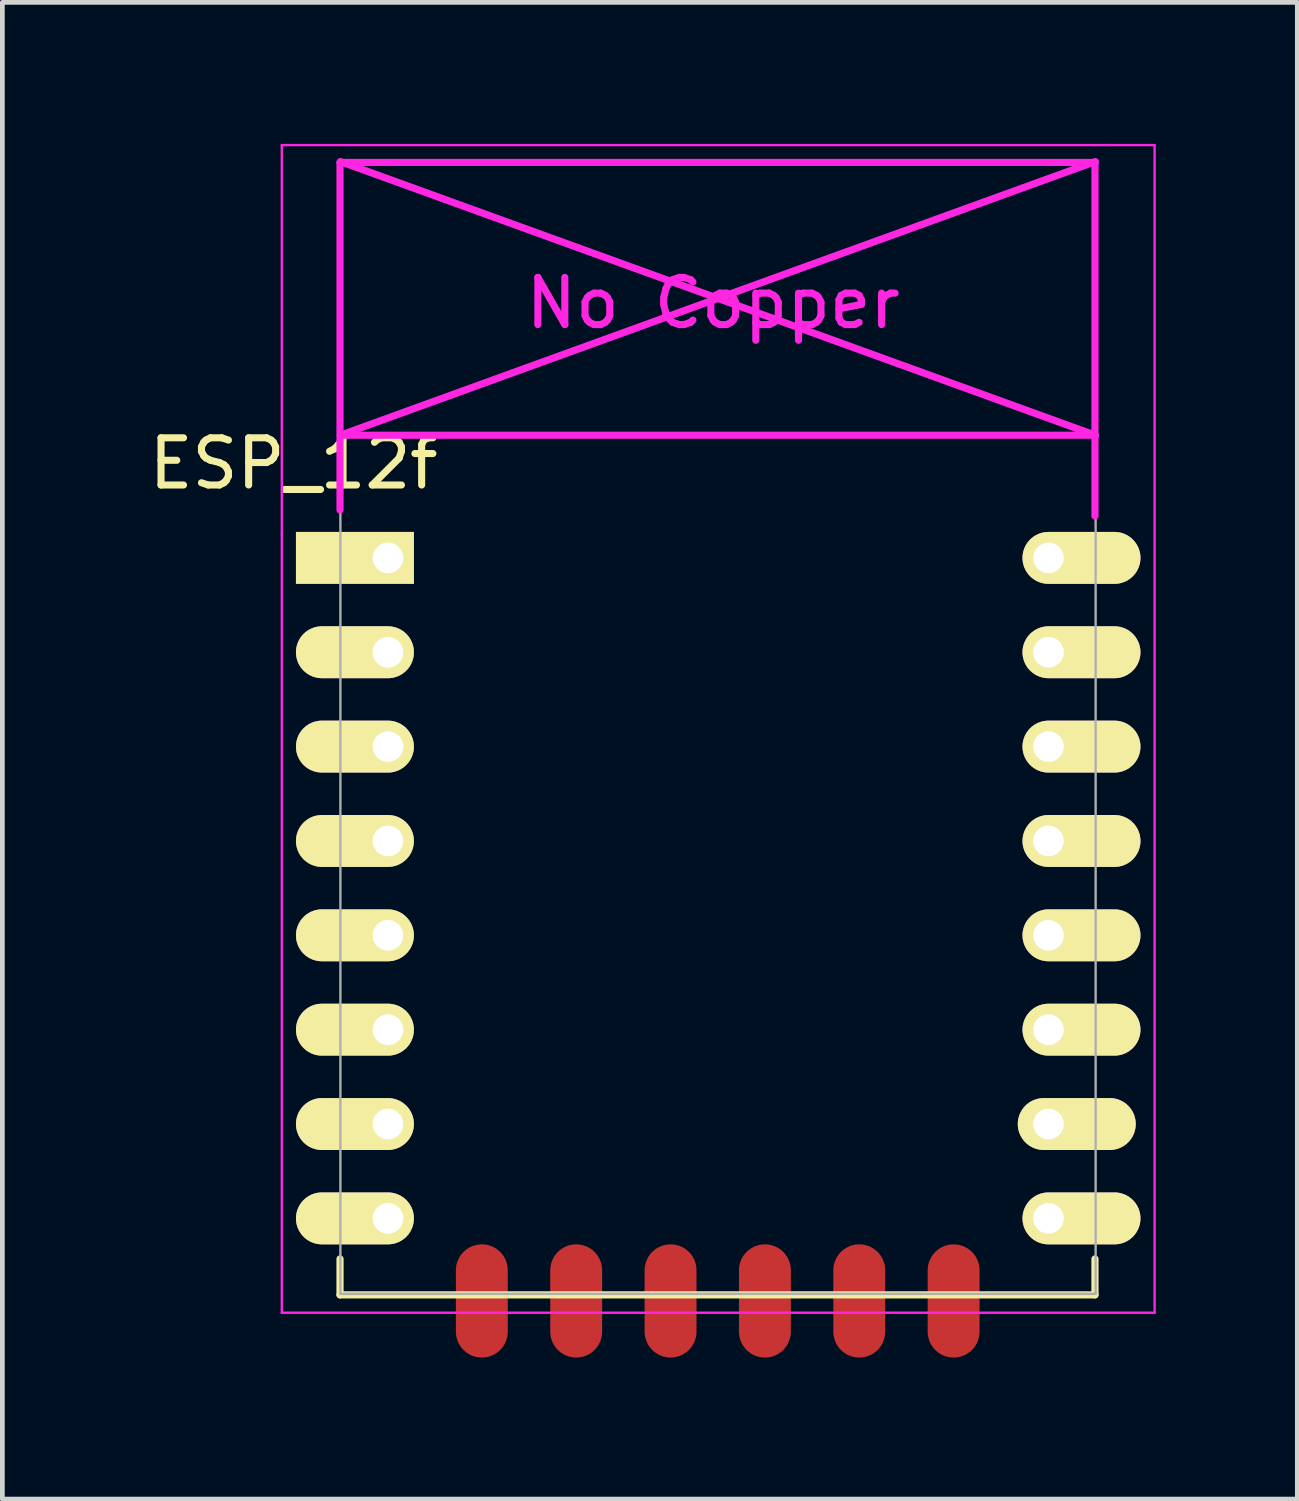
<source format=kicad_pcb>
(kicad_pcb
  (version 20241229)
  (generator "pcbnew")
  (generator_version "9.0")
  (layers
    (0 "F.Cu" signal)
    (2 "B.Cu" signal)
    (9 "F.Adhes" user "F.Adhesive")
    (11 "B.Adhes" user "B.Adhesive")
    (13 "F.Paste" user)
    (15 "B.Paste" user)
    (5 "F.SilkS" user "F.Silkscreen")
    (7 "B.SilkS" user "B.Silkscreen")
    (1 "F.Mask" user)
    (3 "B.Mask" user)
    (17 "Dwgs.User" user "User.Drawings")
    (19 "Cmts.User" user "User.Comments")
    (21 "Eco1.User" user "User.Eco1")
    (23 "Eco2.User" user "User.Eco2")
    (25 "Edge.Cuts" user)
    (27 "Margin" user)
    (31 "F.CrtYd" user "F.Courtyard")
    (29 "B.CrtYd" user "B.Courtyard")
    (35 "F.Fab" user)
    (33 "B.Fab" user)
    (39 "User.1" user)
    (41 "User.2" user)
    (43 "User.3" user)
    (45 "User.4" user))
  (footprint "ESP_12f"
    (layer "F.Cu")
    (at 5.173 8.775)
    (property "Reference" "ESP_12f" (at -2 -2 0) (layer "F.SilkS") (effects (font (size 1 1) (thickness 0.15))))
    (attr through_hole)
    (fp_line (start -1.016 14.859) (end -1.016 15.621) (stroke (width 0.152) (type solid)) (layer "F.SilkS"))
    (fp_line (start -1.016 15.621) (end 14.986 15.621) (stroke (width 0.152) (type solid)) (layer "F.SilkS"))
    (fp_line (start 14.986 15.621) (end 14.986 14.859) (stroke (width 0.152) (type solid)) (layer "F.SilkS"))
    (fp_line (start -2.25 -8.75) (end 15.25 -8.75) (stroke (width 0.05) (type solid)) (layer "F.CrtYd"))
    (fp_line (start -2.25 -0.5) (end -2.25 -8.75) (stroke (width 0.05) (type solid)) (layer "F.CrtYd"))
    (fp_line (start -2.25 16) (end -2.25 -0.5) (stroke (width 0.05) (type solid)) (layer "F.CrtYd"))
    (fp_line (start -1.016 -8.382) (end -1.016 -1.016) (stroke (width 0.152) (type solid)) (layer "F.CrtYd"))
    (fp_line (start -1.016 -8.382) (end 14.986 -8.382) (stroke (width 0.152) (type solid)) (layer "F.CrtYd"))
    (fp_line (start -1.008 -8.4) (end 14.992 -2.6) (stroke (width 0.152) (type solid)) (layer "F.CrtYd"))
    (fp_line (start -1.008 -2.6) (end 14.992 -2.6) (stroke (width 0.152) (type solid)) (layer "F.CrtYd"))
    (fp_line (start 14.986 -8.382) (end 14.986 -0.889) (stroke (width 0.152) (type solid)) (layer "F.CrtYd"))
    (fp_line (start 14.992 -8.4) (end -1.008 -2.6) (stroke (width 0.152) (type solid)) (layer "F.CrtYd"))
    (fp_line (start 15.25 -8.75) (end 16.25 -8.75) (stroke (width 0.05) (type solid)) (layer "F.CrtYd"))
    (fp_line (start 16.25 -8.75) (end 16.25 16) (stroke (width 0.05) (type solid)) (layer "F.CrtYd"))
    (fp_line (start 16.25 16) (end -2.25 16) (stroke (width 0.05) (type solid)) (layer "F.CrtYd"))
    (fp_line (start -1.008 -8.4) (end 14.992 -8.4) (stroke (width 0.05) (type solid)) (layer "F.Fab"))
    (fp_line (start -1.008 15.6) (end -1.008 -8.4) (stroke (width 0.05) (type solid)) (layer "F.Fab"))
    (fp_line (start 14.992 15.6) (end -1.008 15.6) (stroke (width 0.05) (type solid)) (layer "F.Fab"))
    (fp_line (start 15 -8.4) (end 15 15.6) (stroke (width 0.05) (type solid)) (layer "F.Fab"))
    (fp_text user "No Copper" (at 6.892 -5.4 0) (layer "F.CrtYd") (effects (font (size 1 1) (thickness 0.15))))
    (pad "1" thru_hole rect (at 0 0) (size 2.5 1.1) (drill 0.65 (offset -0.7 0)) (layers "*.Cu" "*.Mask" "F.SilkS"))
    (pad "2" thru_hole oval (at 0 2) (size 2.5 1.1) (drill 0.65 (offset -0.7 0)) (layers "*.Cu" "*.Mask" "F.SilkS"))
    (pad "3" thru_hole oval (at 0 4) (size 2.5 1.1) (drill 0.65 (offset -0.7 0)) (layers "*.Cu" "*.Mask" "F.SilkS"))
    (pad "4" thru_hole oval (at 0 6) (size 2.5 1.1) (drill 0.65 (offset -0.7 0)) (layers "*.Cu" "*.Mask" "F.SilkS"))
    (pad "5" thru_hole oval (at 0 8) (size 2.5 1.1) (drill 0.65 (offset -0.7 0)) (layers "*.Cu" "*.Mask" "F.SilkS"))
    (pad "6" thru_hole oval (at 0 10) (size 2.5 1.1) (drill 0.65 (offset -0.7 0)) (layers "*.Cu" "*.Mask" "F.SilkS"))
    (pad "7" thru_hole oval (at 0 12) (size 2.5 1.1) (drill 0.65 (offset -0.7 0)) (layers "*.Cu" "*.Mask" "F.SilkS"))
    (pad "8" thru_hole oval (at 0 14) (size 2.5 1.1) (drill 0.65 (offset -0.7 0)) (layers "*.Cu" "*.Mask" "F.SilkS"))
    (pad "9" thru_hole oval (at 14 14) (size 2.5 1.1) (drill 0.65 (offset 0.7 0)) (layers "*.Cu" "*.Mask" "F.SilkS"))
    (pad "10" thru_hole oval (at 14 12) (size 2.5 1.1) (drill 0.65 (offset 0.6 0)) (layers "*.Cu" "*.Mask" "F.SilkS"))
    (pad "11" thru_hole oval (at 14 10) (size 2.5 1.1) (drill 0.65 (offset 0.7 0)) (layers "*.Cu" "*.Mask" "F.SilkS"))
    (pad "12" thru_hole oval (at 14 8) (size 2.5 1.1) (drill 0.65 (offset 0.7 0)) (layers "*.Cu" "*.Mask" "F.SilkS"))
    (pad "13" thru_hole oval (at 14 6) (size 2.5 1.1) (drill 0.65 (offset 0.7 0)) (layers "*.Cu" "*.Mask" "F.SilkS"))
    (pad "14" thru_hole oval (at 14 4) (size 2.5 1.1) (drill 0.65 (offset 0.7 0)) (layers "*.Cu" "*.Mask" "F.SilkS"))
    (pad "15" thru_hole oval (at 14 2) (size 2.5 1.1) (drill 0.65 (offset 0.7 0)) (layers "*.Cu" "*.Mask" "F.SilkS"))
    (pad "16" thru_hole oval (at 14 0) (size 2.5 1.1) (drill 0.65 (offset 0.7 0)) (layers "*.Cu" "*.Mask" "F.SilkS"))
    (pad "17" smd oval (at 1.99 15.75 90) (size 2.4 1.1) (layers "F.Cu" "F.Mask" "F.Paste"))
    (pad "18" smd oval (at 3.99 15.75 90) (size 2.4 1.1) (layers "F.Cu" "F.Mask" "F.Paste"))
    (pad "19" smd oval (at 5.99 15.75 90) (size 2.4 1.1) (layers "F.Cu" "F.Mask" "F.Paste"))
    (pad "20" smd oval (at 7.99 15.75 90) (size 2.4 1.1) (layers "F.Cu" "F.Mask" "F.Paste"))
    (pad "21" smd oval (at 9.99 15.75 90) (size 2.4 1.1) (layers "F.Cu" "F.Mask" "F.Paste"))
    (pad "22" smd oval (at 11.99 15.75 90) (size 2.4 1.1) (layers "F.Cu" "F.Mask" "F.Paste")))
  (gr_rect
    (start -3 -3)
    (end 24.448 28.725)
    (stroke (width 0.1) (type default))
    (fill no)
    (layer "Edge.Cuts")))
</source>
